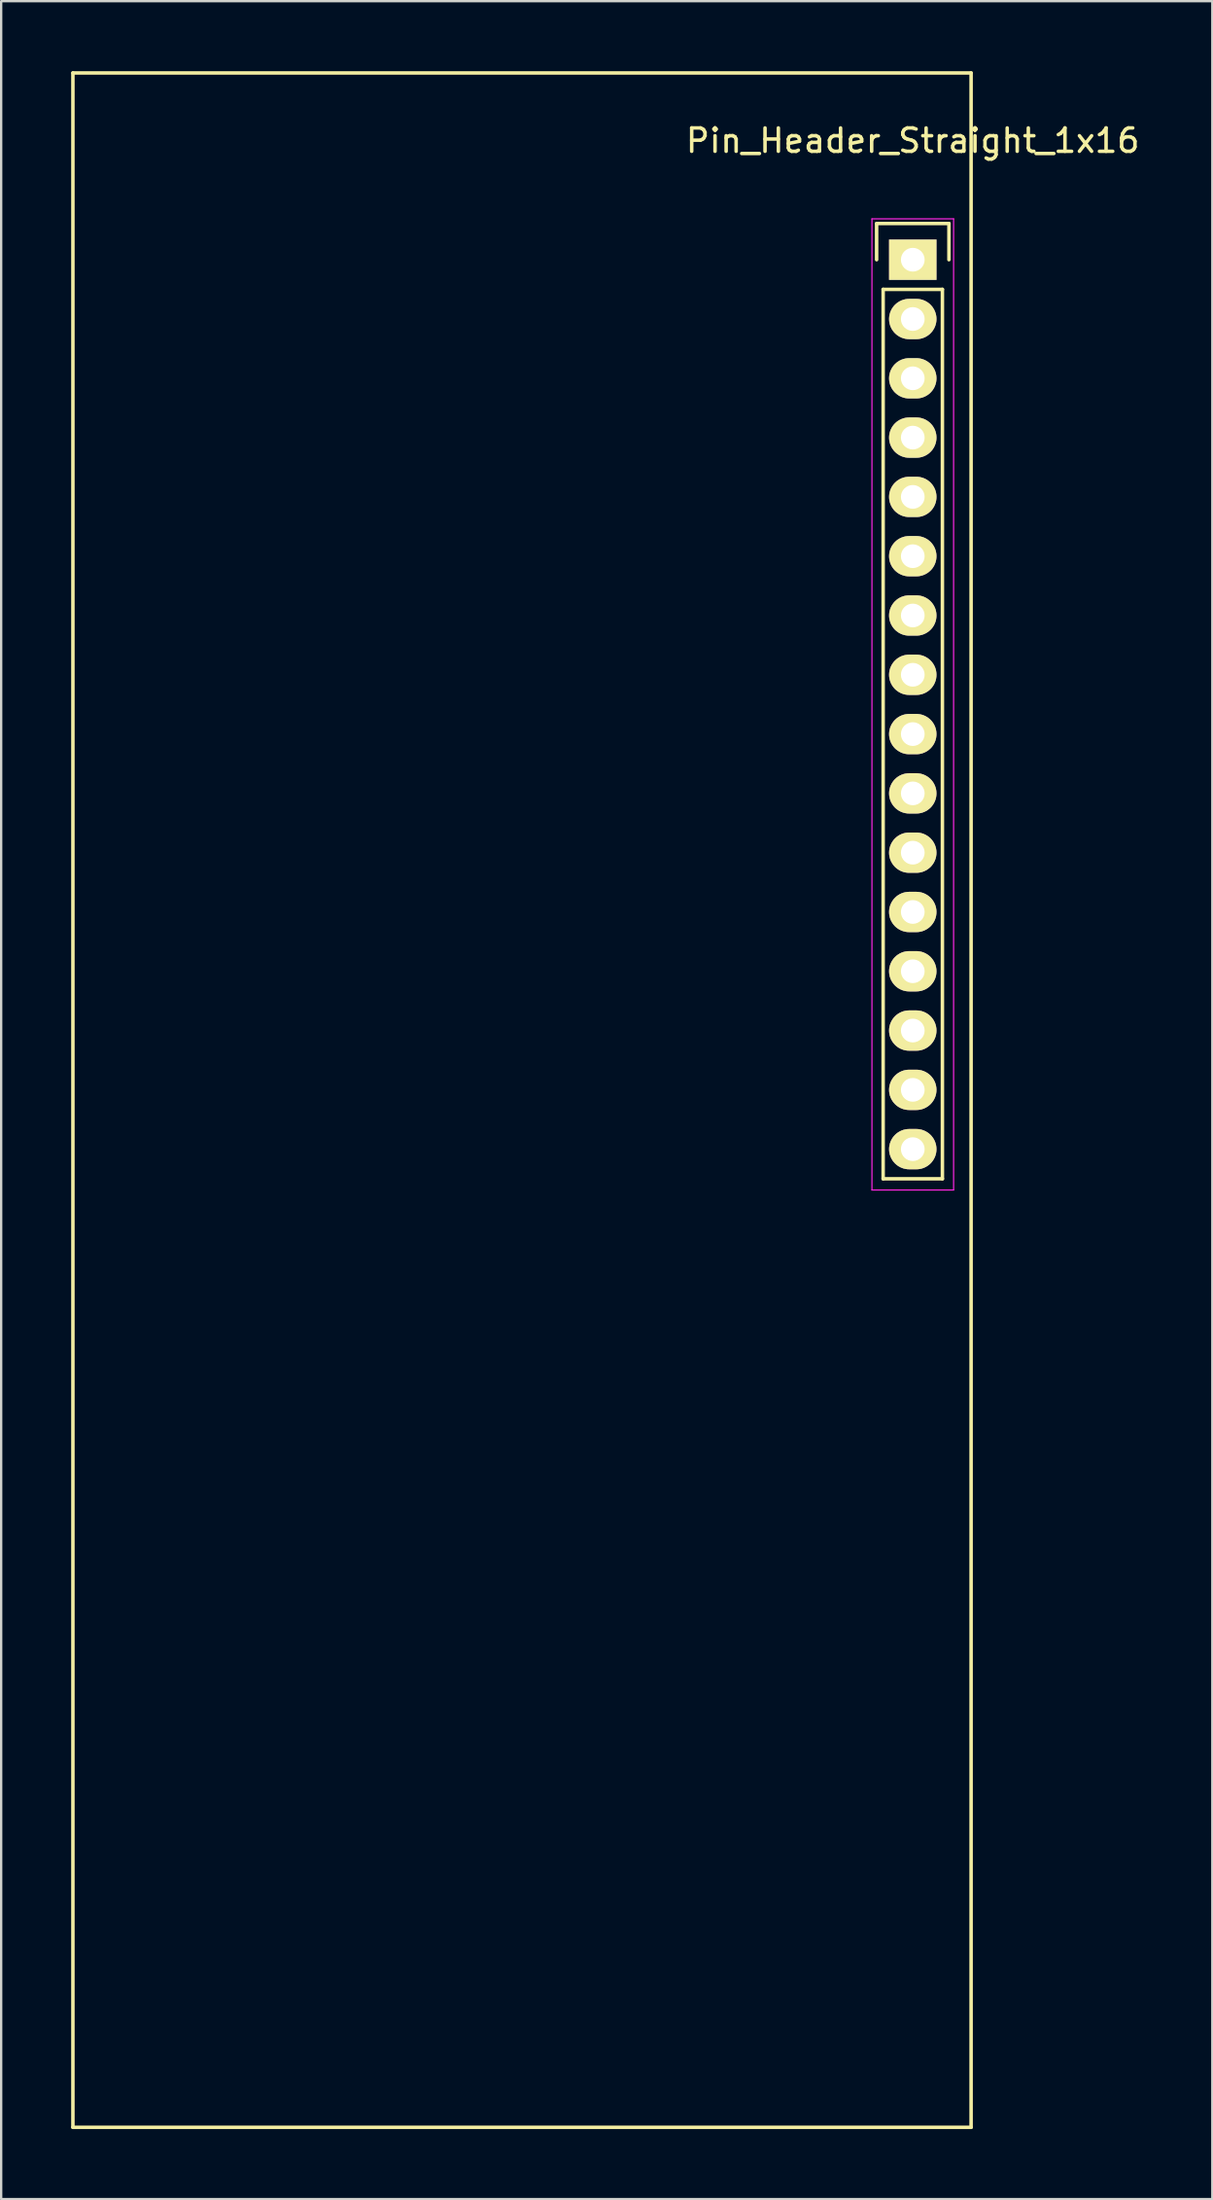
<source format=kicad_pcb>
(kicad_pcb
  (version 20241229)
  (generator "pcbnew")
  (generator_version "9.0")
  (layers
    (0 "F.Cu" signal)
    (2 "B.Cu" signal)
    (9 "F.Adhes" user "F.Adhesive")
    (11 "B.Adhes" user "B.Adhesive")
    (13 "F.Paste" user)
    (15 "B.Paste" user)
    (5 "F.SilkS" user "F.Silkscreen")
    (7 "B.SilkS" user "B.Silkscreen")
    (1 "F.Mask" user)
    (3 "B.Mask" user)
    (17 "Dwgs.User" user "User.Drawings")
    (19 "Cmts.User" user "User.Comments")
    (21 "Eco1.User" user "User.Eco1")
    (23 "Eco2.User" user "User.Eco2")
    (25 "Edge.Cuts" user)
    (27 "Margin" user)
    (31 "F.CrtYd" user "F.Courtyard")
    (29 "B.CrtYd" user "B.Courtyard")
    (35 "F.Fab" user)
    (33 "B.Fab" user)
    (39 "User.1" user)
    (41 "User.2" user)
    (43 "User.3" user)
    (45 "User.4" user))
  (footprint "Pin_Header_Straight_1x16"
    (layer "F.Cu")
    (at 36.075 8.075)
    (property "Reference" "Pin_Header_Straight_1x16" (at 0 -5.1 0) (layer "F.SilkS") (effects (font (size 1 1) (thickness 0.15))))
    (attr through_hole)
    (fp_line (start -36 -8) (end -36 80) (stroke (width 0.15) (type solid)) (layer "F.SilkS"))
    (fp_line (start -36 80) (end 2.5 80) (stroke (width 0.15) (type solid)) (layer "F.SilkS"))
    (fp_line (start -1.55 -1.55) (end 1.55 -1.55) (stroke (width 0.15) (type solid)) (layer "F.SilkS"))
    (fp_line (start -1.55 0) (end -1.55 -1.55) (stroke (width 0.15) (type solid)) (layer "F.SilkS"))
    (fp_line (start -1.27 1.27) (end -1.27 39.37) (stroke (width 0.15) (type solid)) (layer "F.SilkS"))
    (fp_line (start -1.27 39.37) (end 1.27 39.37) (stroke (width 0.15) (type solid)) (layer "F.SilkS"))
    (fp_line (start 1.27 1.27) (end -1.27 1.27) (stroke (width 0.15) (type solid)) (layer "F.SilkS"))
    (fp_line (start 1.27 39.37) (end 1.27 1.27) (stroke (width 0.15) (type solid)) (layer "F.SilkS"))
    (fp_line (start 1.55 -1.55) (end 1.55 0) (stroke (width 0.15) (type solid)) (layer "F.SilkS"))
    (fp_line (start 2.5 -8) (end -36 -8) (stroke (width 0.15) (type solid)) (layer "F.SilkS"))
    (fp_line (start 2.5 80) (end 2.5 -8) (stroke (width 0.15) (type solid)) (layer "F.SilkS"))
    (fp_line (start -1.75 -1.75) (end -1.75 39.85) (stroke (width 0.05) (type solid)) (layer "F.CrtYd"))
    (fp_line (start -1.75 -1.75) (end 1.75 -1.75) (stroke (width 0.05) (type solid)) (layer "F.CrtYd"))
    (fp_line (start -1.75 39.85) (end 1.75 39.85) (stroke (width 0.05) (type solid)) (layer "F.CrtYd"))
    (fp_line (start 1.75 -1.75) (end 1.75 39.85) (stroke (width 0.05) (type solid)) (layer "F.CrtYd"))
    (pad "1" thru_hole rect (at 0 0) (size 2.032 1.727) (drill 1.016) (layers "*.Cu" "*.Mask" "F.SilkS"))
    (pad "2" thru_hole oval (at 0 2.54) (size 2.032 1.727) (drill 1.016) (layers "*.Cu" "*.Mask" "F.SilkS"))
    (pad "3" thru_hole oval (at 0 5.08) (size 2.032 1.727) (drill 1.016) (layers "*.Cu" "*.Mask" "F.SilkS"))
    (pad "4" thru_hole oval (at 0 7.62) (size 2.032 1.727) (drill 1.016) (layers "*.Cu" "*.Mask" "F.SilkS"))
    (pad "5" thru_hole oval (at 0 10.16) (size 2.032 1.727) (drill 1.016) (layers "*.Cu" "*.Mask" "F.SilkS"))
    (pad "6" thru_hole oval (at 0 12.7) (size 2.032 1.727) (drill 1.016) (layers "*.Cu" "*.Mask" "F.SilkS"))
    (pad "7" thru_hole oval (at 0 15.24) (size 2.032 1.727) (drill 1.016) (layers "*.Cu" "*.Mask" "F.SilkS"))
    (pad "8" thru_hole oval (at 0 17.78) (size 2.032 1.727) (drill 1.016) (layers "*.Cu" "*.Mask" "F.SilkS"))
    (pad "9" thru_hole oval (at 0 20.32) (size 2.032 1.727) (drill 1.016) (layers "*.Cu" "*.Mask" "F.SilkS"))
    (pad "10" thru_hole oval (at 0 22.86) (size 2.032 1.727) (drill 1.016) (layers "*.Cu" "*.Mask" "F.SilkS"))
    (pad "11" thru_hole oval (at 0 25.4) (size 2.032 1.727) (drill 1.016) (layers "*.Cu" "*.Mask" "F.SilkS"))
    (pad "12" thru_hole oval (at 0 27.94) (size 2.032 1.727) (drill 1.016) (layers "*.Cu" "*.Mask" "F.SilkS"))
    (pad "13" thru_hole oval (at 0 30.48) (size 2.032 1.727) (drill 1.016) (layers "*.Cu" "*.Mask" "F.SilkS"))
    (pad "14" thru_hole oval (at 0 33.02) (size 2.032 1.727) (drill 1.016) (layers "*.Cu" "*.Mask" "F.SilkS"))
    (pad "15" thru_hole oval (at 0 35.56) (size 2.032 1.727) (drill 1.016) (layers "*.Cu" "*.Mask" "F.SilkS"))
    (pad "16" thru_hole oval (at 0 38.1) (size 2.032 1.727) (drill 1.016) (layers "*.Cu" "*.Mask" "F.SilkS")))
  (gr_rect
    (start -3 -3)
    (end 48.914 91.15)
    (stroke (width 0.1) (type default))
    (fill no)
    (layer "Edge.Cuts")))
</source>
